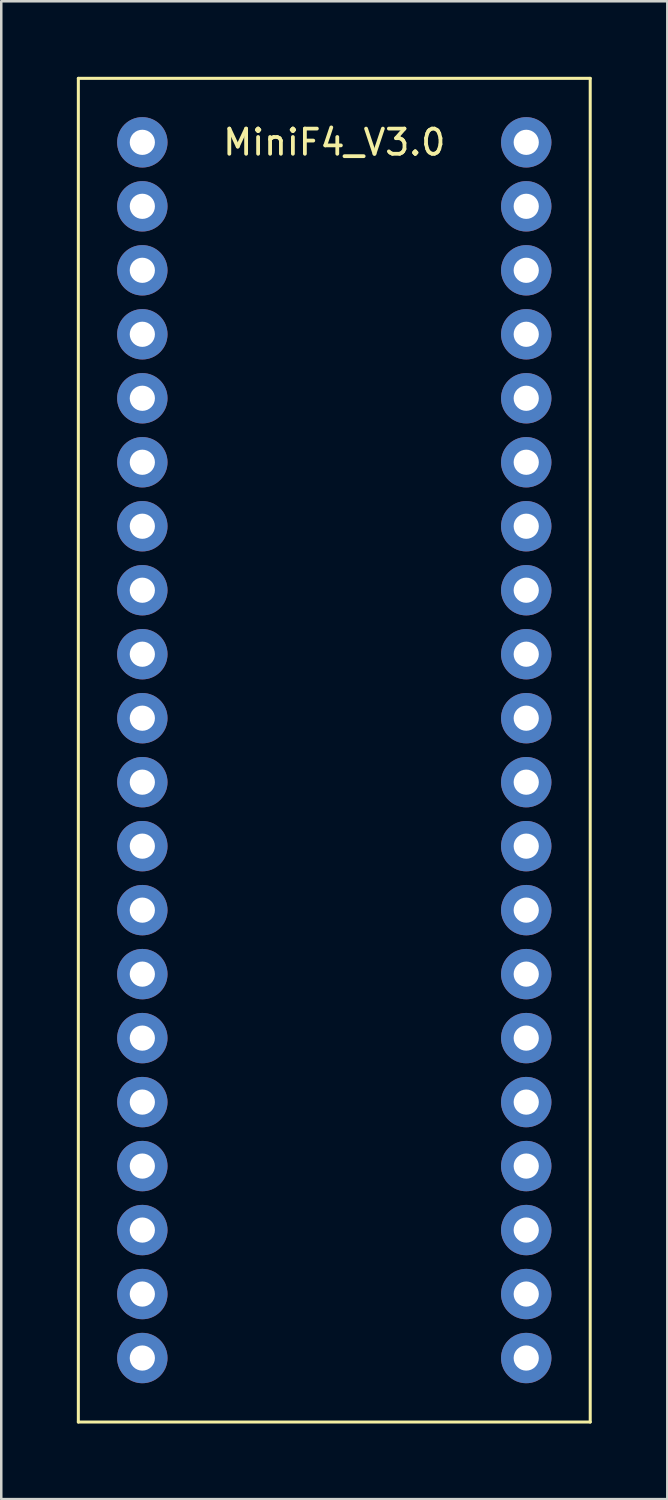
<source format=kicad_pcb>
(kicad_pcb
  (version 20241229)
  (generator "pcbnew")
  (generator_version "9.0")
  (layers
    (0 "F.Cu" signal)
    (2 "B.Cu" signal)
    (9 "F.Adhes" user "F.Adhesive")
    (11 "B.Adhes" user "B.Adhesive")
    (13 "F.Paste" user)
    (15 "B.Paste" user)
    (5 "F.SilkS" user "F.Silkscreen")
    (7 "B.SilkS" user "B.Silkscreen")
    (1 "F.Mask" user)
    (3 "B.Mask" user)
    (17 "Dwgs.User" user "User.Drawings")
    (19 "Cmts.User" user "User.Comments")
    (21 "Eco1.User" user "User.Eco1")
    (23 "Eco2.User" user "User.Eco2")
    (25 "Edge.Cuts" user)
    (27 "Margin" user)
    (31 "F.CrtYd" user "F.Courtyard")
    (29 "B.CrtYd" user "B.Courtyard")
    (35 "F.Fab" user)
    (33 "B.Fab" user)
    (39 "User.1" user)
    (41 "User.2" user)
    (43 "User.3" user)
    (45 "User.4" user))
  (footprint "MiniF4_V3.0"
    (layer "F.Cu")
    (at 2.6 2.6)
    (property "Reference" "MiniF4_V3.0" (at 7.62 0 0) (layer "F.SilkS") (effects (font (size 1 1) (thickness 0.15))))
    (attr through_hole)
    (fp_line (start -2.54 -2.54) (end 17.78 -2.54) (stroke (width 0.12) (type solid)) (layer "F.SilkS"))
    (fp_line (start -2.54 50.8) (end -2.54 -2.54) (stroke (width 0.12) (type solid)) (layer "F.SilkS"))
    (fp_line (start 17.78 -2.54) (end 17.78 50.8) (stroke (width 0.12) (type solid)) (layer "F.SilkS"))
    (fp_line (start 17.78 50.8) (end -2.54 50.8) (stroke (width 0.12) (type solid)) (layer "F.SilkS"))
    (pad "1" thru_hole circle (at 0 0) (size 2 2) (drill 1) (layers "*.Cu" "*.Mask"))
    (pad "2" thru_hole circle (at 0 2.54) (size 2 2) (drill 1) (layers "*.Cu" "*.Mask"))
    (pad "3" thru_hole circle (at 0 5.08) (size 2 2) (drill 1) (layers "*.Cu" "*.Mask"))
    (pad "4" thru_hole circle (at 0 7.62) (size 2 2) (drill 1) (layers "*.Cu" "*.Mask"))
    (pad "5" thru_hole circle (at 0 10.16) (size 2 2) (drill 1) (layers "*.Cu" "*.Mask"))
    (pad "6" thru_hole circle (at 0 12.7) (size 2 2) (drill 1) (layers "*.Cu" "*.Mask"))
    (pad "7" thru_hole circle (at 0 15.24) (size 2 2) (drill 1) (layers "*.Cu" "*.Mask"))
    (pad "8" thru_hole circle (at 0 17.78) (size 2 2) (drill 1) (layers "*.Cu" "*.Mask"))
    (pad "9" thru_hole circle (at 0 20.32) (size 2 2) (drill 1) (layers "*.Cu" "*.Mask"))
    (pad "10" thru_hole circle (at 0 22.86) (size 2 2) (drill 1) (layers "*.Cu" "*.Mask"))
    (pad "11" thru_hole circle (at 0 25.4) (size 2 2) (drill 1) (layers "*.Cu" "*.Mask"))
    (pad "12" thru_hole circle (at 0 27.94) (size 2 2) (drill 1) (layers "*.Cu" "*.Mask"))
    (pad "13" thru_hole circle (at 0 30.48) (size 2 2) (drill 1) (layers "*.Cu" "*.Mask"))
    (pad "14" thru_hole circle (at 0 33.02) (size 2 2) (drill 1) (layers "*.Cu" "*.Mask"))
    (pad "15" thru_hole circle (at 0 35.56) (size 2 2) (drill 1) (layers "*.Cu" "*.Mask"))
    (pad "16" thru_hole circle (at 0 38.1) (size 2 2) (drill 1) (layers "*.Cu" "*.Mask"))
    (pad "17" thru_hole circle (at 0 40.64) (size 2 2) (drill 1) (layers "*.Cu" "*.Mask"))
    (pad "18" thru_hole circle (at 0 43.18) (size 2 2) (drill 1) (layers "*.Cu" "*.Mask"))
    (pad "19" thru_hole circle (at 0 45.72) (size 2 2) (drill 1) (layers "*.Cu" "*.Mask"))
    (pad "20" thru_hole circle (at 0 48.26) (size 2 2) (drill 1) (layers "*.Cu" "*.Mask"))
    (pad "21" thru_hole circle (at 15.24 48.26) (size 2 2) (drill 1) (layers "*.Cu" "*.Mask"))
    (pad "22" thru_hole circle (at 15.24 45.72) (size 2 2) (drill 1) (layers "*.Cu" "*.Mask"))
    (pad "23" thru_hole circle (at 15.24 43.18) (size 2 2) (drill 1) (layers "*.Cu" "*.Mask"))
    (pad "24" thru_hole circle (at 15.24 40.64) (size 2 2) (drill 1) (layers "*.Cu" "*.Mask"))
    (pad "25" thru_hole circle (at 15.24 38.1) (size 2 2) (drill 1) (layers "*.Cu" "*.Mask"))
    (pad "26" thru_hole circle (at 15.24 35.56) (size 2 2) (drill 1) (layers "*.Cu" "*.Mask"))
    (pad "27" thru_hole circle (at 15.24 33.02) (size 2 2) (drill 1) (layers "*.Cu" "*.Mask"))
    (pad "28" thru_hole circle (at 15.24 30.48) (size 2 2) (drill 1) (layers "*.Cu" "*.Mask"))
    (pad "29" thru_hole circle (at 15.24 27.94) (size 2 2) (drill 1) (layers "*.Cu" "*.Mask"))
    (pad "30" thru_hole circle (at 15.24 25.4) (size 2 2) (drill 1) (layers "*.Cu" "*.Mask"))
    (pad "31" thru_hole circle (at 15.24 22.86) (size 2 2) (drill 1) (layers "*.Cu" "*.Mask"))
    (pad "32" thru_hole circle (at 15.24 20.32) (size 2 2) (drill 1) (layers "*.Cu" "*.Mask"))
    (pad "33" thru_hole circle (at 15.24 17.78) (size 2 2) (drill 1) (layers "*.Cu" "*.Mask"))
    (pad "34" thru_hole circle (at 15.24 15.24) (size 2 2) (drill 1) (layers "*.Cu" "*.Mask"))
    (pad "35" thru_hole circle (at 15.24 12.7) (size 2 2) (drill 1) (layers "*.Cu" "*.Mask"))
    (pad "36" thru_hole circle (at 15.24 10.16) (size 2 2) (drill 1) (layers "*.Cu" "*.Mask"))
    (pad "37" thru_hole circle (at 15.24 7.62) (size 2 2) (drill 1) (layers "*.Cu" "*.Mask"))
    (pad "38" thru_hole circle (at 15.24 5.08) (size 2 2) (drill 1) (layers "*.Cu" "*.Mask"))
    (pad "39" thru_hole circle (at 15.24 2.54) (size 2 2) (drill 1) (layers "*.Cu" "*.Mask"))
    (pad "40" thru_hole circle (at 15.24 0) (size 2 2) (drill 1) (layers "*.Cu" "*.Mask")))
  (gr_rect
    (start -3 -3)
    (end 23.44 56.46)
    (stroke (width 0.1) (type default))
    (fill no)
    (layer "Edge.Cuts")))
</source>
